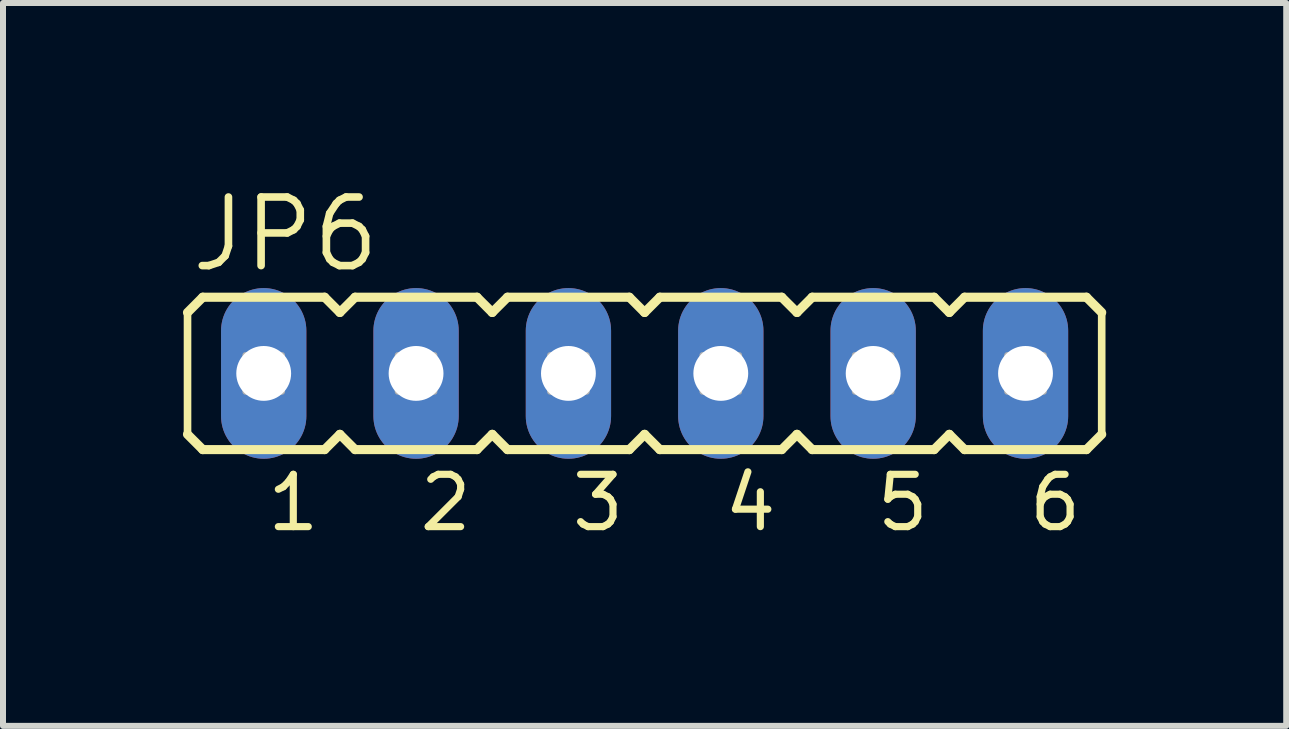
<source format=kicad_pcb>
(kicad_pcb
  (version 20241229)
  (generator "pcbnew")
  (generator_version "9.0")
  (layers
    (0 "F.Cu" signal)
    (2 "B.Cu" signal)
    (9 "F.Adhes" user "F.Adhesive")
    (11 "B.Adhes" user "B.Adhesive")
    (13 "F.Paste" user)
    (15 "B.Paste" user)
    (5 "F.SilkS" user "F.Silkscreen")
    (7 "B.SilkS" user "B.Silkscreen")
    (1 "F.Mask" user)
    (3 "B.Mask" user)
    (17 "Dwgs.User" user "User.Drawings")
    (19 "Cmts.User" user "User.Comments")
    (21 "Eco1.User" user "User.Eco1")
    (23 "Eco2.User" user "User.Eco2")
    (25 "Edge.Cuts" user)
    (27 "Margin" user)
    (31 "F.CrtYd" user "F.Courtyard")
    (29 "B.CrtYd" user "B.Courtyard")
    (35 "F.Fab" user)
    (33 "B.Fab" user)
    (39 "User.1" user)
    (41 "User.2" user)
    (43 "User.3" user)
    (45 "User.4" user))
  (footprint "JP6"
    (layer "F.Cu")
    (at 8.966 4.445)
    (property "Reference" "JP6" (at -8.89 -2.921 0) (unlocked yes) (layer "F.SilkS") (effects (font (size 1.143 1.143) (thickness 0.127)) (justify left bottom)))
    (fp_line (start -8.89 -2.286) (end -8.89 -0.254) (stroke (width 0.127) (type solid)) (layer "F.SilkS"))
    (fp_line (start -8.89 -2.286) (end -8.636 -2.54) (stroke (width 0.152) (type solid)) (layer "F.SilkS"))
    (fp_line (start -8.89 -0.254) (end -8.636 0) (stroke (width 0.152) (type solid)) (layer "F.SilkS"))
    (fp_line (start -6.604 -2.54) (end -8.636 -2.54) (stroke (width 0.152) (type solid)) (layer "F.SilkS"))
    (fp_line (start -6.604 -2.54) (end -6.35 -2.286) (stroke (width 0.152) (type solid)) (layer "F.SilkS"))
    (fp_line (start -6.604 0) (end -8.636 0) (stroke (width 0.152) (type solid)) (layer "F.SilkS"))
    (fp_line (start -6.604 0) (end -6.35 -0.254) (stroke (width 0.152) (type solid)) (layer "F.SilkS"))
    (fp_line (start -6.35 -2.286) (end -6.096 -2.54) (stroke (width 0.152) (type solid)) (layer "F.SilkS"))
    (fp_line (start -6.35 -0.254) (end -6.096 0) (stroke (width 0.152) (type solid)) (layer "F.SilkS"))
    (fp_line (start -4.064 -2.54) (end -6.096 -2.54) (stroke (width 0.152) (type solid)) (layer "F.SilkS"))
    (fp_line (start -4.064 -2.54) (end -3.81 -2.286) (stroke (width 0.152) (type solid)) (layer "F.SilkS"))
    (fp_line (start -4.064 0) (end -6.096 0) (stroke (width 0.152) (type solid)) (layer "F.SilkS"))
    (fp_line (start -4.064 0) (end -3.81 -0.254) (stroke (width 0.152) (type solid)) (layer "F.SilkS"))
    (fp_line (start -3.81 -2.286) (end -3.556 -2.54) (stroke (width 0.152) (type solid)) (layer "F.SilkS"))
    (fp_line (start -3.81 -0.254) (end -3.556 0) (stroke (width 0.152) (type solid)) (layer "F.SilkS"))
    (fp_line (start -1.524 -2.54) (end -3.556 -2.54) (stroke (width 0.152) (type solid)) (layer "F.SilkS"))
    (fp_line (start -1.524 -2.54) (end -1.27 -2.286) (stroke (width 0.152) (type solid)) (layer "F.SilkS"))
    (fp_line (start -1.524 0) (end -3.556 0) (stroke (width 0.152) (type solid)) (layer "F.SilkS"))
    (fp_line (start -1.524 0) (end -1.27 -0.254) (stroke (width 0.152) (type solid)) (layer "F.SilkS"))
    (fp_line (start -1.27 -2.286) (end -1.016 -2.54) (stroke (width 0.152) (type solid)) (layer "F.SilkS"))
    (fp_line (start -1.27 -0.254) (end -1.016 0) (stroke (width 0.152) (type solid)) (layer "F.SilkS"))
    (fp_line (start 1.016 -2.54) (end -1.016 -2.54) (stroke (width 0.152) (type solid)) (layer "F.SilkS"))
    (fp_line (start 1.016 -2.54) (end 1.27 -2.286) (stroke (width 0.152) (type solid)) (layer "F.SilkS"))
    (fp_line (start 1.016 0) (end -1.016 0) (stroke (width 0.152) (type solid)) (layer "F.SilkS"))
    (fp_line (start 1.016 0) (end 1.27 -0.254) (stroke (width 0.152) (type solid)) (layer "F.SilkS"))
    (fp_line (start 1.27 -2.286) (end 1.524 -2.54) (stroke (width 0.152) (type solid)) (layer "F.SilkS"))
    (fp_line (start 1.27 -0.254) (end 1.524 0) (stroke (width 0.152) (type solid)) (layer "F.SilkS"))
    (fp_line (start 3.556 -2.54) (end 1.524 -2.54) (stroke (width 0.152) (type solid)) (layer "F.SilkS"))
    (fp_line (start 3.556 -2.54) (end 3.81 -2.286) (stroke (width 0.152) (type solid)) (layer "F.SilkS"))
    (fp_line (start 3.556 0) (end 1.524 0) (stroke (width 0.152) (type solid)) (layer "F.SilkS"))
    (fp_line (start 3.556 0) (end 3.81 -0.254) (stroke (width 0.152) (type solid)) (layer "F.SilkS"))
    (fp_line (start 3.81 -2.286) (end 4.064 -2.54) (stroke (width 0.152) (type solid)) (layer "F.SilkS"))
    (fp_line (start 3.81 -0.254) (end 4.064 0) (stroke (width 0.152) (type solid)) (layer "F.SilkS"))
    (fp_line (start 6.096 -2.54) (end 4.064 -2.54) (stroke (width 0.152) (type solid)) (layer "F.SilkS"))
    (fp_line (start 6.096 -2.54) (end 6.35 -2.286) (stroke (width 0.152) (type solid)) (layer "F.SilkS"))
    (fp_line (start 6.096 0) (end 4.064 0) (stroke (width 0.152) (type solid)) (layer "F.SilkS"))
    (fp_line (start 6.096 0) (end 6.35 -0.254) (stroke (width 0.152) (type solid)) (layer "F.SilkS"))
    (fp_line (start 6.35 -2.286) (end 6.35 -0.254) (stroke (width 0.127) (type solid)) (layer "F.SilkS"))
    (fp_poly (pts (xy -7.925 -0.965) (xy -7.315 -0.965) (xy -7.315 -1.575) (xy -7.925 -1.575)) (stroke (width 0.1) (type default)) (fill no) (layer "F.Fab"))
    (fp_poly (pts (xy -5.385 -0.965) (xy -4.775 -0.965) (xy -4.775 -1.575) (xy -5.385 -1.575)) (stroke (width 0.1) (type default)) (fill no) (layer "F.Fab"))
    (fp_poly (pts (xy -2.845 -0.965) (xy -2.235 -0.965) (xy -2.235 -1.575) (xy -2.845 -1.575)) (stroke (width 0.1) (type default)) (fill no) (layer "F.Fab"))
    (fp_poly (pts (xy -0.305 -0.965) (xy 0.305 -0.965) (xy 0.305 -1.575) (xy -0.305 -1.575)) (stroke (width 0.1) (type default)) (fill no) (layer "F.Fab"))
    (fp_poly (pts (xy 2.235 -0.965) (xy 2.845 -0.965) (xy 2.845 -1.575) (xy 2.235 -1.575)) (stroke (width 0.1) (type default)) (fill no) (layer "F.Fab"))
    (fp_poly (pts (xy 4.775 -0.965) (xy 5.385 -0.965) (xy 5.385 -1.575) (xy 4.775 -1.575)) (stroke (width 0.1) (type default)) (fill no) (layer "F.Fab"))
    (fp_text user "5" (at 2.54 1.397 0) (unlocked yes) (layer "F.SilkS") (effects (font (size 0.872 0.872) (thickness 0.119)) (justify left bottom)))
    (fp_text user "1" (at -7.62 1.397 0) (unlocked yes) (layer "F.SilkS") (effects (font (size 0.872 0.872) (thickness 0.119)) (justify left bottom)))
    (fp_text user "6" (at 5.08 1.397 0) (unlocked yes) (layer "F.SilkS") (effects (font (size 0.872 0.872) (thickness 0.119)) (justify left bottom)))
    (fp_text user "2" (at -5.08 1.397 0) (unlocked yes) (layer "F.SilkS") (effects (font (size 0.872 0.872) (thickness 0.119)) (justify left bottom)))
    (fp_text user "3" (at -2.54 1.397 0) (unlocked yes) (layer "F.SilkS") (effects (font (size 0.872 0.872) (thickness 0.119)) (justify left bottom)))
    (fp_text user "4" (at 0 1.397 0) (unlocked yes) (layer "F.SilkS") (effects (font (size 0.872 0.872) (thickness 0.119)) (justify left bottom)))
    (pad "1" thru_hole oval (at -7.62 -1.27 90) (size 2.845 1.422) (drill 0.914) (layers "*.Cu" "*.Mask"))
    (pad "2" thru_hole oval (at -5.08 -1.27 90) (size 2.845 1.422) (drill 0.914) (layers "*.Cu" "*.Mask"))
    (pad "3" thru_hole oval (at -2.54 -1.27 90) (size 2.845 1.422) (drill 0.914) (layers "*.Cu" "*.Mask"))
    (pad "4" thru_hole oval (at 0 -1.27 90) (size 2.845 1.422) (drill 0.914) (layers "*.Cu" "*.Mask"))
    (pad "5" thru_hole oval (at 2.54 -1.27 90) (size 2.845 1.422) (drill 0.914) (layers "*.Cu" "*.Mask"))
    (pad "6" thru_hole oval (at 5.08 -1.27 90) (size 2.845 1.422) (drill 0.914) (layers "*.Cu" "*.Mask")))
  (gr_rect
    (start -3 -3)
    (end 18.392 9.051)
    (stroke (width 0.1) (type default))
    (fill no)
    (layer "Edge.Cuts")))
</source>
